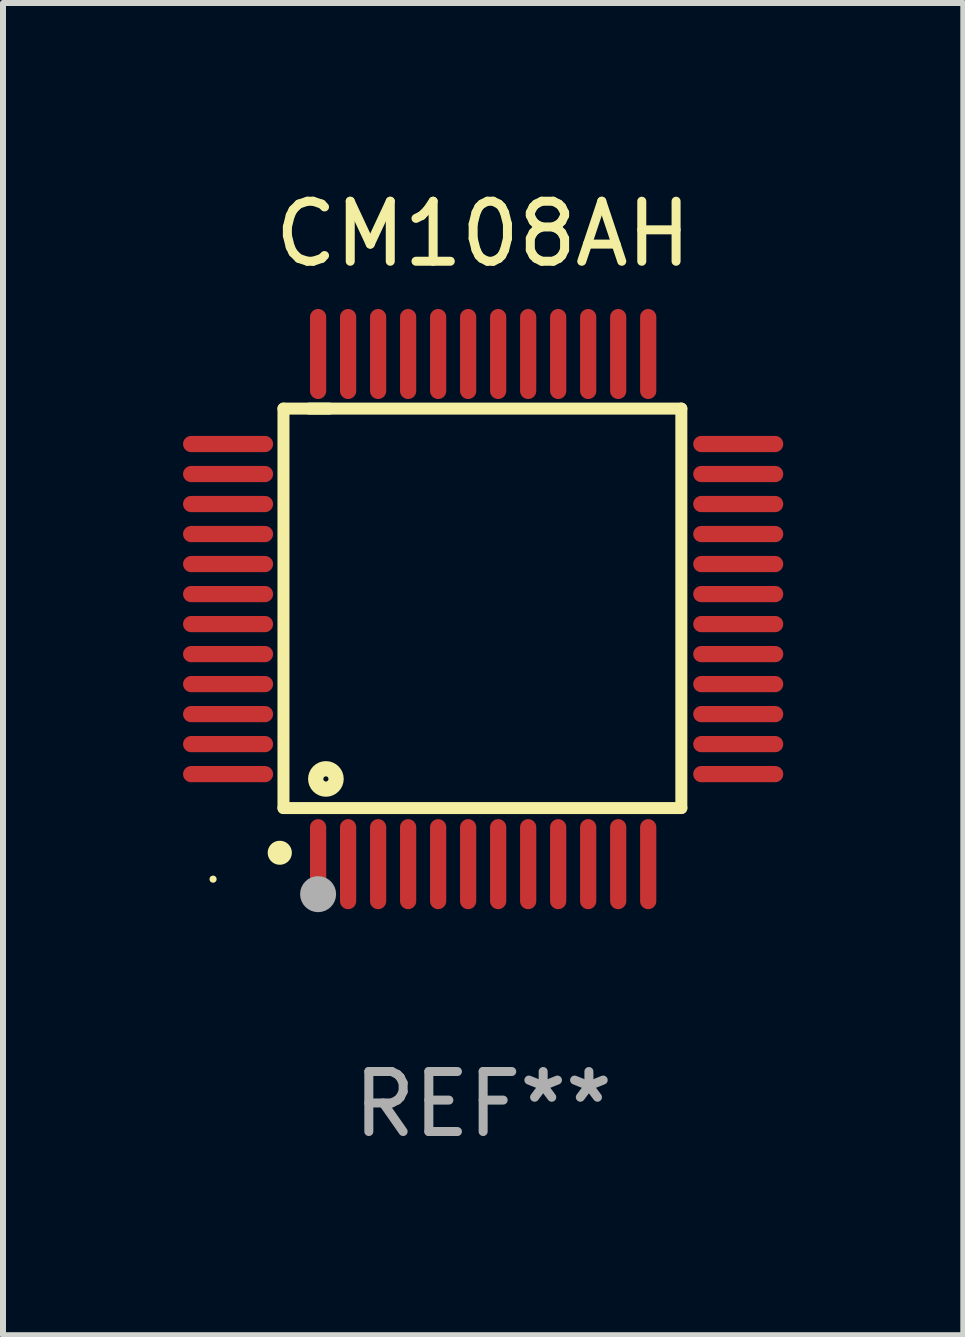
<source format=kicad_pcb>
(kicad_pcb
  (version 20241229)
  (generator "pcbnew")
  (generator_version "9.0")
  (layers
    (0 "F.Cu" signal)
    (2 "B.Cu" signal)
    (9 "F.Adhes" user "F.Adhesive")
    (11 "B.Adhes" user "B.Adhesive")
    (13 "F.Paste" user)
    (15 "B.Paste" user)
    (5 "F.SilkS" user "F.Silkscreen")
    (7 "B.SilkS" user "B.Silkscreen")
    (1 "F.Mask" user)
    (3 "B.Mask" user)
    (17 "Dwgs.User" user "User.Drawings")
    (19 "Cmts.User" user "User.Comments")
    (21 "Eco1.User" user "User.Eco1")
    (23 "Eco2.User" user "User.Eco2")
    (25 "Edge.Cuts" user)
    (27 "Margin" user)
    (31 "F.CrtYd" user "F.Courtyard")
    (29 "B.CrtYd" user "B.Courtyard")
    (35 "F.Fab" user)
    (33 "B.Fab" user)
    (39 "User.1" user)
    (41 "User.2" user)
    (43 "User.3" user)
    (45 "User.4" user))
  (footprint "CM108AH"
    (layer "F.Cu")
    (at 5 7.098)
    (property "Reference" "CM108AH" (at 0 -6.25 0) (layer "F.SilkS") (effects (font (size 1 1) (thickness 0.15))))
    (attr through_hole)
    (fp_line (start -3.327 -3.34) (end -2.565 -3.34) (stroke (width 0.2) (type solid)) (layer "F.SilkS"))
    (fp_line (start -3.327 3.315) (end -3.327 -3.34) (stroke (width 0.2) (type solid)) (layer "F.SilkS"))
    (fp_line (start -2.896 -3.34) (end 3.302 -3.34) (stroke (width 0.2) (type solid)) (layer "F.SilkS"))
    (fp_line (start 3.302 -3.34) (end 3.302 3.315) (stroke (width 0.2) (type solid)) (layer "F.SilkS"))
    (fp_line (start 3.302 3.315) (end -3.327 3.315) (stroke (width 0.2) (type solid)) (layer "F.SilkS"))
    (fp_arc (start -3.389992 4.059995) (mid -3.388722 4.059991) (end -3.387452 4.059995) (stroke (width 0.4) (type solid)) (layer "F.SilkS"))
    (fp_circle (center -4.5 4.5) (end -4.47 4.5) (stroke (width 0.06) (type solid)) (fill no) (layer "F.SilkS"))
    (fp_circle (center -2.62 2.83) (end -2.45 2.83) (stroke (width 0.254) (type solid)) (fill no) (layer "F.SilkS"))
    (fp_circle (center -2.75 4.75) (end -2.6 4.75) (stroke (width 0.3) (type solid)) (fill no) (layer "F.Fab"))
    (fp_text user "REF**" (at 0 8.25 0) (layer "F.Fab") (effects (font (size 1 1) (thickness 0.15))))
    (pad "1" smd oval (at -2.75 4.25) (size 0.27 1.5) (layers "F.Cu" "F.Mask" "F.Paste"))
    (pad "2" smd oval (at -2.25 4.25) (size 0.27 1.5) (layers "F.Cu" "F.Mask" "F.Paste"))
    (pad "3" smd oval (at -1.75 4.25) (size 0.27 1.5) (layers "F.Cu" "F.Mask" "F.Paste"))
    (pad "4" smd oval (at -1.25 4.25) (size 0.27 1.5) (layers "F.Cu" "F.Mask" "F.Paste"))
    (pad "5" smd oval (at -0.75 4.25) (size 0.27 1.5) (layers "F.Cu" "F.Mask" "F.Paste"))
    (pad "6" smd oval (at -0.25 4.25) (size 0.27 1.5) (layers "F.Cu" "F.Mask" "F.Paste"))
    (pad "7" smd oval (at 0.25 4.25) (size 0.27 1.5) (layers "F.Cu" "F.Mask" "F.Paste"))
    (pad "8" smd oval (at 0.75 4.25) (size 0.27 1.5) (layers "F.Cu" "F.Mask" "F.Paste"))
    (pad "9" smd oval (at 1.25 4.25) (size 0.27 1.5) (layers "F.Cu" "F.Mask" "F.Paste"))
    (pad "10" smd oval (at 1.75 4.25) (size 0.27 1.5) (layers "F.Cu" "F.Mask" "F.Paste"))
    (pad "11" smd oval (at 2.25 4.25) (size 0.27 1.5) (layers "F.Cu" "F.Mask" "F.Paste"))
    (pad "12" smd oval (at 2.75 4.25) (size 0.27 1.5) (layers "F.Cu" "F.Mask" "F.Paste"))
    (pad "13" smd oval (at 4.25 2.75) (size 1.5 0.27) (layers "F.Cu" "F.Mask" "F.Paste"))
    (pad "14" smd oval (at 4.25 2.25) (size 1.5 0.27) (layers "F.Cu" "F.Mask" "F.Paste"))
    (pad "15" smd oval (at 4.25 1.75) (size 1.5 0.27) (layers "F.Cu" "F.Mask" "F.Paste"))
    (pad "16" smd oval (at 4.25 1.25) (size 1.5 0.27) (layers "F.Cu" "F.Mask" "F.Paste"))
    (pad "17" smd oval (at 4.25 0.75) (size 1.5 0.27) (layers "F.Cu" "F.Mask" "F.Paste"))
    (pad "18" smd oval (at 4.25 0.25) (size 1.5 0.27) (layers "F.Cu" "F.Mask" "F.Paste"))
    (pad "19" smd oval (at 4.25 -0.25) (size 1.5 0.27) (layers "F.Cu" "F.Mask" "F.Paste"))
    (pad "20" smd oval (at 4.25 -0.75) (size 1.5 0.27) (layers "F.Cu" "F.Mask" "F.Paste"))
    (pad "21" smd oval (at 4.25 -1.25) (size 1.5 0.27) (layers "F.Cu" "F.Mask" "F.Paste"))
    (pad "22" smd oval (at 4.25 -1.75) (size 1.5 0.27) (layers "F.Cu" "F.Mask" "F.Paste"))
    (pad "23" smd oval (at 4.25 -2.25) (size 1.5 0.27) (layers "F.Cu" "F.Mask" "F.Paste"))
    (pad "24" smd oval (at 4.25 -2.75) (size 1.5 0.27) (layers "F.Cu" "F.Mask" "F.Paste"))
    (pad "25" smd oval (at 2.75 -4.25) (size 0.27 1.5) (layers "F.Cu" "F.Mask" "F.Paste"))
    (pad "26" smd oval (at 2.25 -4.25) (size 0.27 1.5) (layers "F.Cu" "F.Mask" "F.Paste"))
    (pad "27" smd oval (at 1.75 -4.25) (size 0.27 1.5) (layers "F.Cu" "F.Mask" "F.Paste"))
    (pad "28" smd oval (at 1.25 -4.25) (size 0.27 1.5) (layers "F.Cu" "F.Mask" "F.Paste"))
    (pad "29" smd oval (at 0.75 -4.25) (size 0.27 1.5) (layers "F.Cu" "F.Mask" "F.Paste"))
    (pad "30" smd oval (at 0.25 -4.25) (size 0.27 1.5) (layers "F.Cu" "F.Mask" "F.Paste"))
    (pad "31" smd oval (at -0.25 -4.25) (size 0.27 1.5) (layers "F.Cu" "F.Mask" "F.Paste"))
    (pad "32" smd oval (at -0.75 -4.25) (size 0.27 1.5) (layers "F.Cu" "F.Mask" "F.Paste"))
    (pad "33" smd oval (at -1.25 -4.25) (size 0.27 1.5) (layers "F.Cu" "F.Mask" "F.Paste"))
    (pad "34" smd oval (at -1.75 -4.25) (size 0.27 1.5) (layers "F.Cu" "F.Mask" "F.Paste"))
    (pad "35" smd oval (at -2.25 -4.25) (size 0.27 1.5) (layers "F.Cu" "F.Mask" "F.Paste"))
    (pad "36" smd oval (at -2.75 -4.25) (size 0.27 1.5) (layers "F.Cu" "F.Mask" "F.Paste"))
    (pad "37" smd oval (at -4.25 -2.75) (size 1.5 0.27) (layers "F.Cu" "F.Mask" "F.Paste"))
    (pad "38" smd oval (at -4.25 -2.25) (size 1.5 0.27) (layers "F.Cu" "F.Mask" "F.Paste"))
    (pad "39" smd oval (at -4.25 -1.75) (size 1.5 0.27) (layers "F.Cu" "F.Mask" "F.Paste"))
    (pad "40" smd oval (at -4.25 -1.25) (size 1.5 0.27) (layers "F.Cu" "F.Mask" "F.Paste"))
    (pad "41" smd oval (at -4.25 -0.75) (size 1.5 0.27) (layers "F.Cu" "F.Mask" "F.Paste"))
    (pad "42" smd oval (at -4.25 -0.25) (size 1.5 0.27) (layers "F.Cu" "F.Mask" "F.Paste"))
    (pad "43" smd oval (at -4.25 0.25) (size 1.5 0.27) (layers "F.Cu" "F.Mask" "F.Paste"))
    (pad "44" smd oval (at -4.25 0.75) (size 1.5 0.27) (layers "F.Cu" "F.Mask" "F.Paste"))
    (pad "45" smd oval (at -4.25 1.25) (size 1.5 0.27) (layers "F.Cu" "F.Mask" "F.Paste"))
    (pad "46" smd oval (at -4.25 1.75) (size 1.5 0.27) (layers "F.Cu" "F.Mask" "F.Paste"))
    (pad "47" smd oval (at -4.25 2.25) (size 1.5 0.27) (layers "F.Cu" "F.Mask" "F.Paste"))
    (pad "48" smd oval (at -4.25 2.75) (size 1.5 0.27) (layers "F.Cu" "F.Mask" "F.Paste")))
  (gr_rect
    (start -3 -3)
    (end 13 19.196)
    (stroke (width 0.1) (type default))
    (fill no)
    (layer "Edge.Cuts")))
</source>
